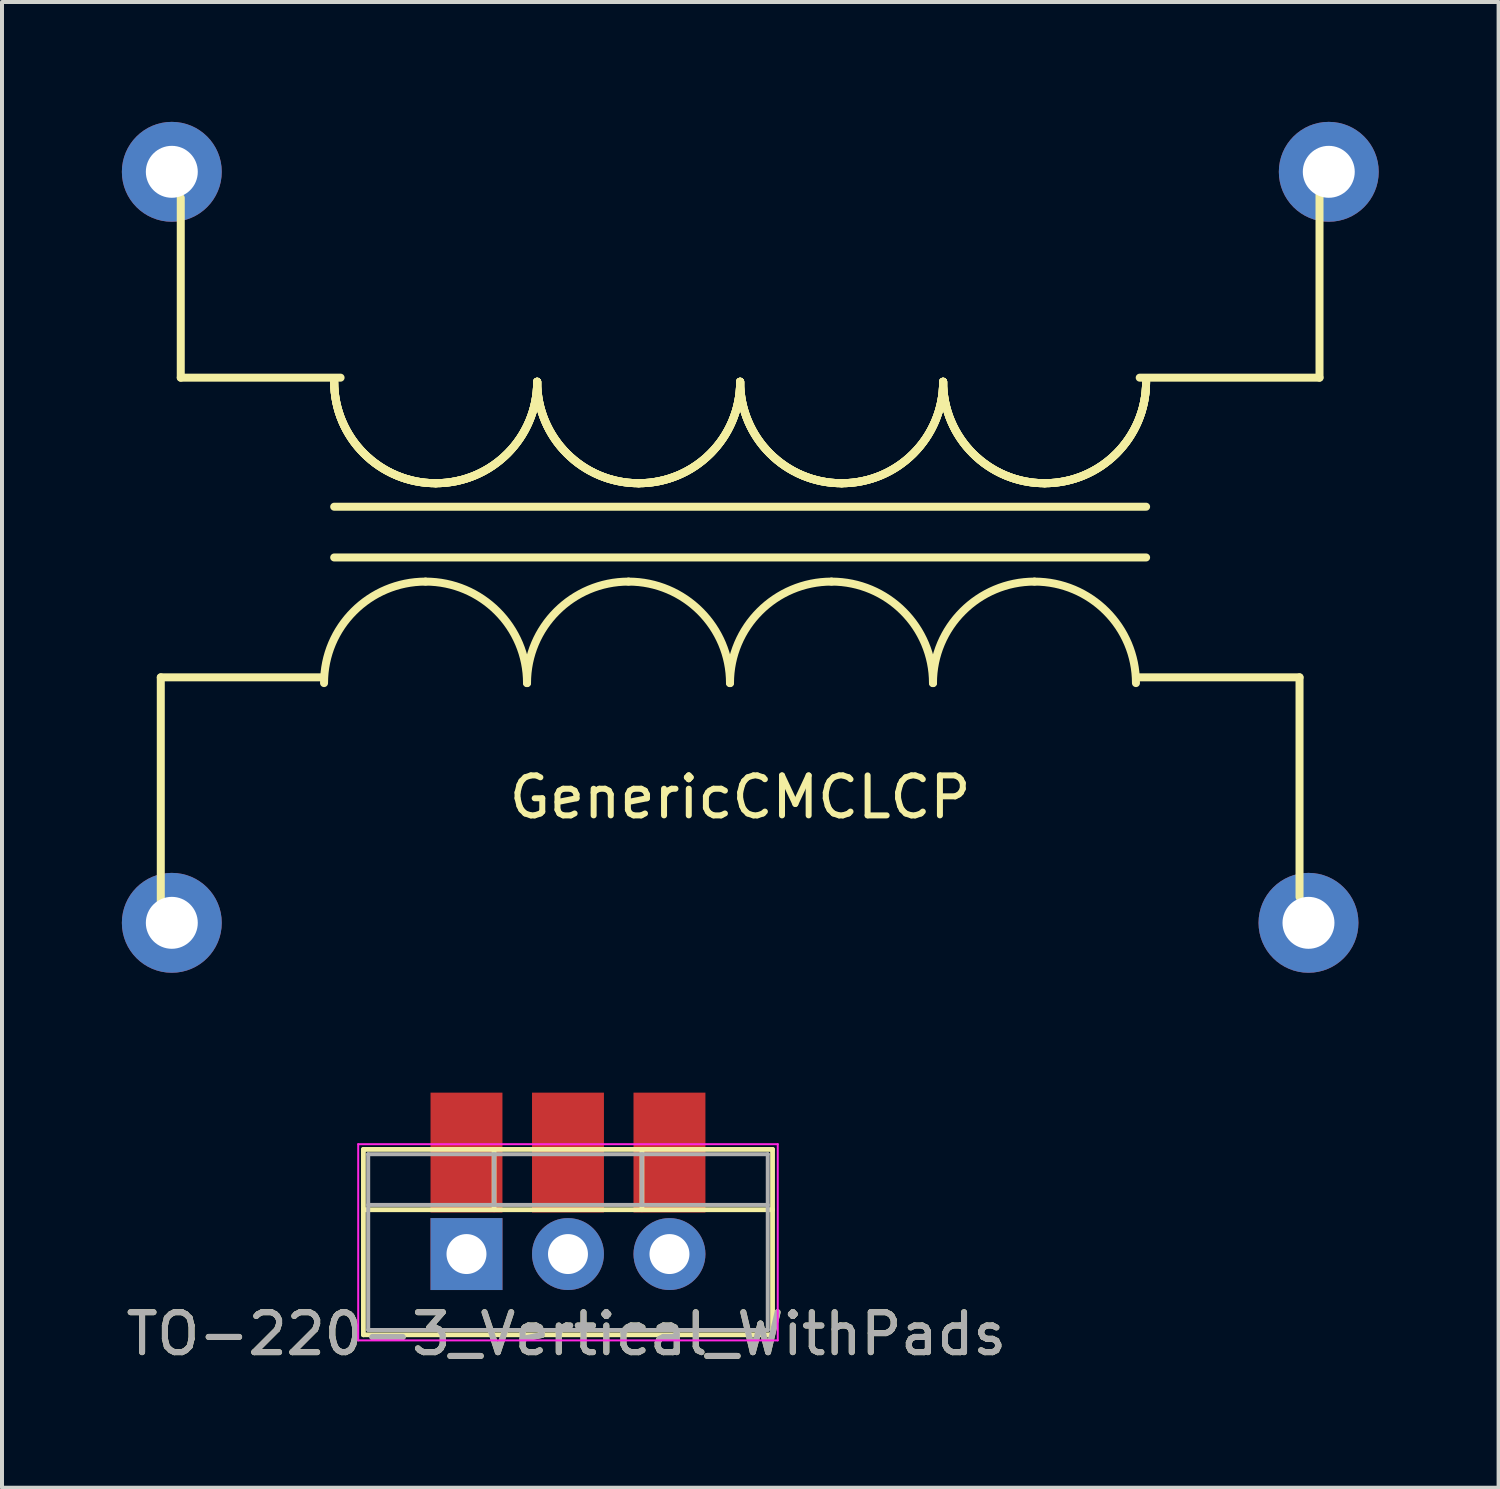
<source format=kicad_pcb>
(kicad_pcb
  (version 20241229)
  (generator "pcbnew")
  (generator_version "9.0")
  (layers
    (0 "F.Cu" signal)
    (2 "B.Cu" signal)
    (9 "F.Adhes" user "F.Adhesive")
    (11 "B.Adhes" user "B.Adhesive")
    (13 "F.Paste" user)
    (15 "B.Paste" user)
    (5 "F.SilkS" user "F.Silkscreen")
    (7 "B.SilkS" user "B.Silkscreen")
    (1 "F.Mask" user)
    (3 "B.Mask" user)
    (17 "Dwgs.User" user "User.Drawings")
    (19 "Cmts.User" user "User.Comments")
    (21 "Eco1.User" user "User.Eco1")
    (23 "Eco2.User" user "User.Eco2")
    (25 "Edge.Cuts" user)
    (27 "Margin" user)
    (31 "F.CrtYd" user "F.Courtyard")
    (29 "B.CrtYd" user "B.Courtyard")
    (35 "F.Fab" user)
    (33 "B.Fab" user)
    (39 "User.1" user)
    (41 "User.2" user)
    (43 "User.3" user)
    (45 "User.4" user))
  (footprint "GenericCMCLCP"
    (layer "F.Cu")
    (at 15.474 10.902)
    (property "Reference" "GenericCMCLCP" (at 0 6 0) (layer "F.SilkS") (effects (font (size 1 1) (thickness 0.15))))
    (attr through_hole)
    (fp_line (start -14.5 3) (end -14.5 9) (stroke (width 0.2) (type solid)) (layer "F.SilkS"))
    (fp_line (start -14 -4.5) (end -14 -9) (stroke (width 0.2) (type solid)) (layer "F.SilkS"))
    (fp_line (start -10.5 3) (end -14.5 3) (stroke (width 0.2) (type solid)) (layer "F.SilkS"))
    (fp_line (start -10.16 -1.27) (end 10.16 -1.27) (stroke (width 0.2) (type solid)) (layer "F.SilkS"))
    (fp_line (start -10.16 0) (end 10.16 0) (stroke (width 0.2) (type solid)) (layer "F.SilkS"))
    (fp_line (start -10 -4.5) (end -14 -4.5) (stroke (width 0.2) (type solid)) (layer "F.SilkS"))
    (fp_line (start 10 3) (end 14 3) (stroke (width 0.2) (type solid)) (layer "F.SilkS"))
    (fp_line (start 14 3) (end 14 8.5) (stroke (width 0.2) (type solid)) (layer "F.SilkS"))
    (fp_line (start 14.5 -9.5) (end 14.5 -4.5) (stroke (width 0.2) (type solid)) (layer "F.SilkS"))
    (fp_line (start 14.5 -4.5) (end 10 -4.5) (stroke (width 0.2) (type solid)) (layer "F.SilkS"))
    (fp_arc (start -10.414 3.144) (mid -9.670051 1.347949) (end -7.874 0.604) (stroke (width 0.2) (type solid)) (layer "F.SilkS"))
    (fp_arc (start -7.874 0.604) (mid -6.077949 1.347949) (end -5.334 3.144) (stroke (width 0.2) (type solid)) (layer "F.SilkS"))
    (fp_arc (start -7.62 -1.858) (mid -9.416051 -2.601949) (end -10.16 -4.398) (stroke (width 0.2) (type solid)) (layer "F.SilkS"))
    (fp_arc (start -7.62 -1.858) (mid -9.416051 -2.601949) (end -10.16 -4.398) (stroke (width 0.2) (type solid)) (layer "F.SilkS"))
    (fp_arc (start -7.62 -1.858) (mid -9.416051 -2.601949) (end -10.16 -4.398) (stroke (width 0.2) (type solid)) (layer "F.SilkS"))
    (fp_arc (start -7.62 -1.858) (mid -9.416051 -2.601949) (end -10.16 -4.398) (stroke (width 0.2) (type solid)) (layer "F.SilkS"))
    (fp_arc (start -5.334 3.144) (mid -4.590051 1.347949) (end -2.794 0.604) (stroke (width 0.2) (type solid)) (layer "F.SilkS"))
    (fp_arc (start -5.08 -4.398) (mid -5.823949 -2.601949) (end -7.62 -1.858) (stroke (width 0.2) (type solid)) (layer "F.SilkS"))
    (fp_arc (start -5.08 -4.398) (mid -5.823949 -2.601949) (end -7.62 -1.858) (stroke (width 0.2) (type solid)) (layer "F.SilkS"))
    (fp_arc (start -5.08 -4.398) (mid -5.823949 -2.601949) (end -7.62 -1.858) (stroke (width 0.2) (type solid)) (layer "F.SilkS"))
    (fp_arc (start -5.08 -4.398) (mid -5.823949 -2.601949) (end -7.62 -1.858) (stroke (width 0.2) (type solid)) (layer "F.SilkS"))
    (fp_arc (start -2.794 0.604) (mid -0.997949 1.347949) (end -0.254 3.144) (stroke (width 0.2) (type solid)) (layer "F.SilkS"))
    (fp_arc (start -2.54 -1.858) (mid -4.336051 -2.601949) (end -5.08 -4.398) (stroke (width 0.2) (type solid)) (layer "F.SilkS"))
    (fp_arc (start -2.54 -1.858) (mid -4.336051 -2.601949) (end -5.08 -4.398) (stroke (width 0.2) (type solid)) (layer "F.SilkS"))
    (fp_arc (start -2.54 -1.858) (mid -4.336051 -2.601949) (end -5.08 -4.398) (stroke (width 0.2) (type solid)) (layer "F.SilkS"))
    (fp_arc (start -2.54 -1.858) (mid -4.336051 -2.601949) (end -5.08 -4.398) (stroke (width 0.2) (type solid)) (layer "F.SilkS"))
    (fp_arc (start -0.254 3.144) (mid 0.489949 1.347949) (end 2.286 0.604) (stroke (width 0.2) (type solid)) (layer "F.SilkS"))
    (fp_arc (start 0 -4.398) (mid -0.743949 -2.601949) (end -2.54 -1.858) (stroke (width 0.2) (type solid)) (layer "F.SilkS"))
    (fp_arc (start 0 -4.398) (mid -0.743949 -2.601949) (end -2.54 -1.858) (stroke (width 0.2) (type solid)) (layer "F.SilkS"))
    (fp_arc (start 0 -4.398) (mid -0.743949 -2.601949) (end -2.54 -1.858) (stroke (width 0.2) (type solid)) (layer "F.SilkS"))
    (fp_arc (start 0 -4.398) (mid -0.743949 -2.601949) (end -2.54 -1.858) (stroke (width 0.2) (type solid)) (layer "F.SilkS"))
    (fp_arc (start 2.286 0.604) (mid 4.082051 1.347949) (end 4.826 3.144) (stroke (width 0.2) (type solid)) (layer "F.SilkS"))
    (fp_arc (start 2.54 -1.858) (mid 0.743949 -2.601949) (end 0 -4.398) (stroke (width 0.2) (type solid)) (layer "F.SilkS"))
    (fp_arc (start 2.54 -1.858) (mid 0.743949 -2.601949) (end 0 -4.398) (stroke (width 0.2) (type solid)) (layer "F.SilkS"))
    (fp_arc (start 2.54 -1.858) (mid 0.743949 -2.601949) (end 0 -4.398) (stroke (width 0.2) (type solid)) (layer "F.SilkS"))
    (fp_arc (start 2.54 -1.858) (mid 0.743949 -2.601949) (end 0 -4.398) (stroke (width 0.2) (type solid)) (layer "F.SilkS"))
    (fp_arc (start 4.826 3.144) (mid 5.569949 1.347949) (end 7.366 0.604) (stroke (width 0.2) (type solid)) (layer "F.SilkS"))
    (fp_arc (start 5.08 -4.398) (mid 4.336051 -2.601949) (end 2.54 -1.858) (stroke (width 0.2) (type solid)) (layer "F.SilkS"))
    (fp_arc (start 5.08 -4.398) (mid 4.336051 -2.601949) (end 2.54 -1.858) (stroke (width 0.2) (type solid)) (layer "F.SilkS"))
    (fp_arc (start 5.08 -4.398) (mid 4.336051 -2.601949) (end 2.54 -1.858) (stroke (width 0.2) (type solid)) (layer "F.SilkS"))
    (fp_arc (start 5.08 -4.398) (mid 4.336051 -2.601949) (end 2.54 -1.858) (stroke (width 0.2) (type solid)) (layer "F.SilkS"))
    (fp_arc (start 7.366 0.604) (mid 9.162051 1.347949) (end 9.906 3.144) (stroke (width 0.2) (type solid)) (layer "F.SilkS"))
    (fp_arc (start 7.62 -1.858) (mid 5.823949 -2.601949) (end 5.08 -4.398) (stroke (width 0.2) (type solid)) (layer "F.SilkS"))
    (fp_arc (start 7.62 -1.858) (mid 5.823949 -2.601949) (end 5.08 -4.398) (stroke (width 0.2) (type solid)) (layer "F.SilkS"))
    (fp_arc (start 7.62 -1.858) (mid 5.823949 -2.601949) (end 5.08 -4.398) (stroke (width 0.2) (type solid)) (layer "F.SilkS"))
    (fp_arc (start 7.62 -1.858) (mid 5.823949 -2.601949) (end 5.08 -4.398) (stroke (width 0.2) (type solid)) (layer "F.SilkS"))
    (fp_arc (start 10.16 -4.398) (mid 9.416051 -2.601949) (end 7.62 -1.858) (stroke (width 0.2) (type solid)) (layer "F.SilkS"))
    (fp_arc (start 10.16 -4.398) (mid 9.416051 -2.601949) (end 7.62 -1.858) (stroke (width 0.2) (type solid)) (layer "F.SilkS"))
    (fp_arc (start 10.16 -4.398) (mid 9.416051 -2.601949) (end 7.62 -1.858) (stroke (width 0.2) (type solid)) (layer "F.SilkS"))
    (fp_arc (start 10.16 -4.398) (mid 9.416051 -2.601949) (end 7.62 -1.858) (stroke (width 0.2) (type solid)) (layer "F.SilkS"))
    (pad "1" thru_hole circle (at 14.732 -9.652) (size 2.5 2.5) (drill 1.3) (layers "*.Cu" "*.Mask"))
    (pad "2" thru_hole circle (at -14.224 -9.652) (size 2.5 2.5) (drill 1.3) (layers "*.Cu" "*.Mask"))
    (pad "3" thru_hole circle (at 14.224 9.144) (size 2.5 2.5) (drill 1.3) (layers "*.Cu" "*.Mask"))
    (pad "4" thru_hole circle (at -14.224 9.144) (size 2.5 2.5) (drill 1.3) (layers "*.Cu" "*.Mask")))
  (footprint "TO-220-3_Vertical_WithPads"
    (layer "F.Cu")
    (at 8.625 28.336)
    (property "Reference" "TO-220-3_Vertical_WithPads" (at 2.5 2 0) (layer "F.SilkS") (effects (font (size 1 1) (thickness 0.15))))
    (attr through_hole)
    (fp_line (start -2.58 -2.62) (end -2.58 2.021) (stroke (width 0.12) (type solid)) (layer "F.SilkS"))
    (fp_line (start -2.58 -2.62) (end 7.66 -2.62) (stroke (width 0.12) (type solid)) (layer "F.SilkS"))
    (fp_line (start -2.58 -1.11) (end 7.66 -1.11) (stroke (width 0.12) (type solid)) (layer "F.SilkS"))
    (fp_line (start -2.58 2.021) (end 7.66 2.021) (stroke (width 0.12) (type solid)) (layer "F.SilkS"))
    (fp_line (start 0.69 -2.62) (end 0.69 -1.11) (stroke (width 0.12) (type solid)) (layer "F.SilkS"))
    (fp_line (start 4.391 -2.62) (end 4.391 -1.11) (stroke (width 0.12) (type solid)) (layer "F.SilkS"))
    (fp_line (start 7.66 -2.62) (end 7.66 2.021) (stroke (width 0.12) (type solid)) (layer "F.SilkS"))
    (fp_line (start -2.71 -2.75) (end -2.71 2.16) (stroke (width 0.05) (type solid)) (layer "F.CrtYd"))
    (fp_line (start -2.71 2.16) (end 7.79 2.16) (stroke (width 0.05) (type solid)) (layer "F.CrtYd"))
    (fp_line (start 7.79 -2.75) (end -2.71 -2.75) (stroke (width 0.05) (type solid)) (layer "F.CrtYd"))
    (fp_line (start 7.79 2.16) (end 7.79 -2.75) (stroke (width 0.05) (type solid)) (layer "F.CrtYd"))
    (fp_line (start -2.46 -2.5) (end -2.46 1.9) (stroke (width 0.1) (type solid)) (layer "F.Fab"))
    (fp_line (start -2.46 -1.23) (end 7.54 -1.23) (stroke (width 0.1) (type solid)) (layer "F.Fab"))
    (fp_line (start -2.46 1.9) (end 7.54 1.9) (stroke (width 0.1) (type solid)) (layer "F.Fab"))
    (fp_line (start 0.69 -2.5) (end 0.69 -1.23) (stroke (width 0.1) (type solid)) (layer "F.Fab"))
    (fp_line (start 4.39 -2.5) (end 4.39 -1.23) (stroke (width 0.1) (type solid)) (layer "F.Fab"))
    (fp_line (start 7.54 -2.5) (end -2.46 -2.5) (stroke (width 0.1) (type solid)) (layer "F.Fab"))
    (fp_line (start 7.54 1.9) (end 7.54 -2.5) (stroke (width 0.1) (type solid)) (layer "F.Fab"))
    (fp_text user "${REFERENCE}" (at 2.5 2 0) (layer "F.Fab") (effects (font (size 1 1) (thickness 0.15))))
    (pad "1" smd rect (at 0 -2.54) (size 1.8 3) (layers "F.Cu" "F.Mask" "F.Paste"))
    (pad "1" thru_hole rect (at 0 0) (size 1.8 1.8) (drill 1) (layers "*.Cu" "*.Mask"))
    (pad "2" smd rect (at 2.54 -2.54) (size 1.8 3) (layers "F.Cu" "F.Mask" "F.Paste"))
    (pad "2" thru_hole oval (at 2.54 0) (size 1.8 1.8) (drill 1) (layers "*.Cu" "*.Mask"))
    (pad "3" smd rect (at 5.08 -2.54) (size 1.8 3) (layers "F.Cu" "F.Mask" "F.Paste"))
    (pad "3" thru_hole oval (at 5.08 0) (size 1.8 1.8) (drill 1) (layers "*.Cu" "*.Mask")))
  (gr_rect
    (start -3 -3)
    (end 34.456 34.184)
    (stroke (width 0.1) (type default))
    (fill no)
    (layer "Edge.Cuts")))
</source>
